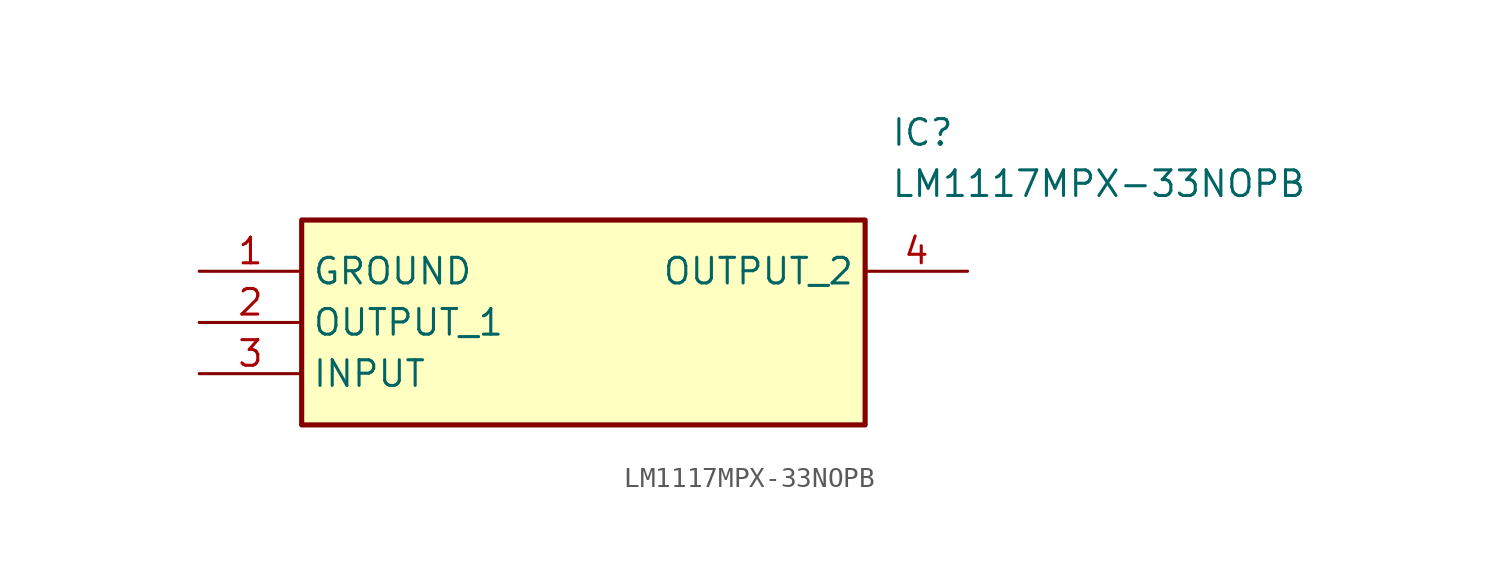
<source format=kicad_sym>
(kicad_symbol_lib
  (version 20211014)
  (generator SamacSys_ECAD_Model)
  (symbol "LM1117MPX-33NOPB"
    (property "Reference" "IC"
      (at 34.29 7.62 0)
      (effects (font (size 1.27 1.27)) (justify left top)))
    (property "Value" "LM1117MPX-33NOPB"
      (at 34.29 5.08 0)
      (effects (font (size 1.27 1.27)) (justify left top)))
    (rectangle
      (start 5.08 2.54)
      (end 33.02 -7.62)
      (stroke (width 0.254) (type default))
      (fill (type background)))
    (pin passive line
      (at 0 0 0)
      (length 5.08)
      (name "GROUND" (effects (font (size 1.27 1.27))))
      (number "1" (effects (font (size 1.27 1.27)))))
    (pin passive line
      (at 0 -2.54 0)
      (length 5.08)
      (name "OUTPUT_1" (effects (font (size 1.27 1.27))))
      (number "2" (effects (font (size 1.27 1.27)))))
    (pin passive line
      (at 0 -5.08 0)
      (length 5.08)
      (name "INPUT" (effects (font (size 1.27 1.27))))
      (number "3" (effects (font (size 1.27 1.27)))))
    (pin passive line
      (at 38.1 0 180)
      (length 5.08)
      (name "OUTPUT_2" (effects (font (size 1.27 1.27))))
      (number "4" (effects (font (size 1.27 1.27)))))))
</source>
